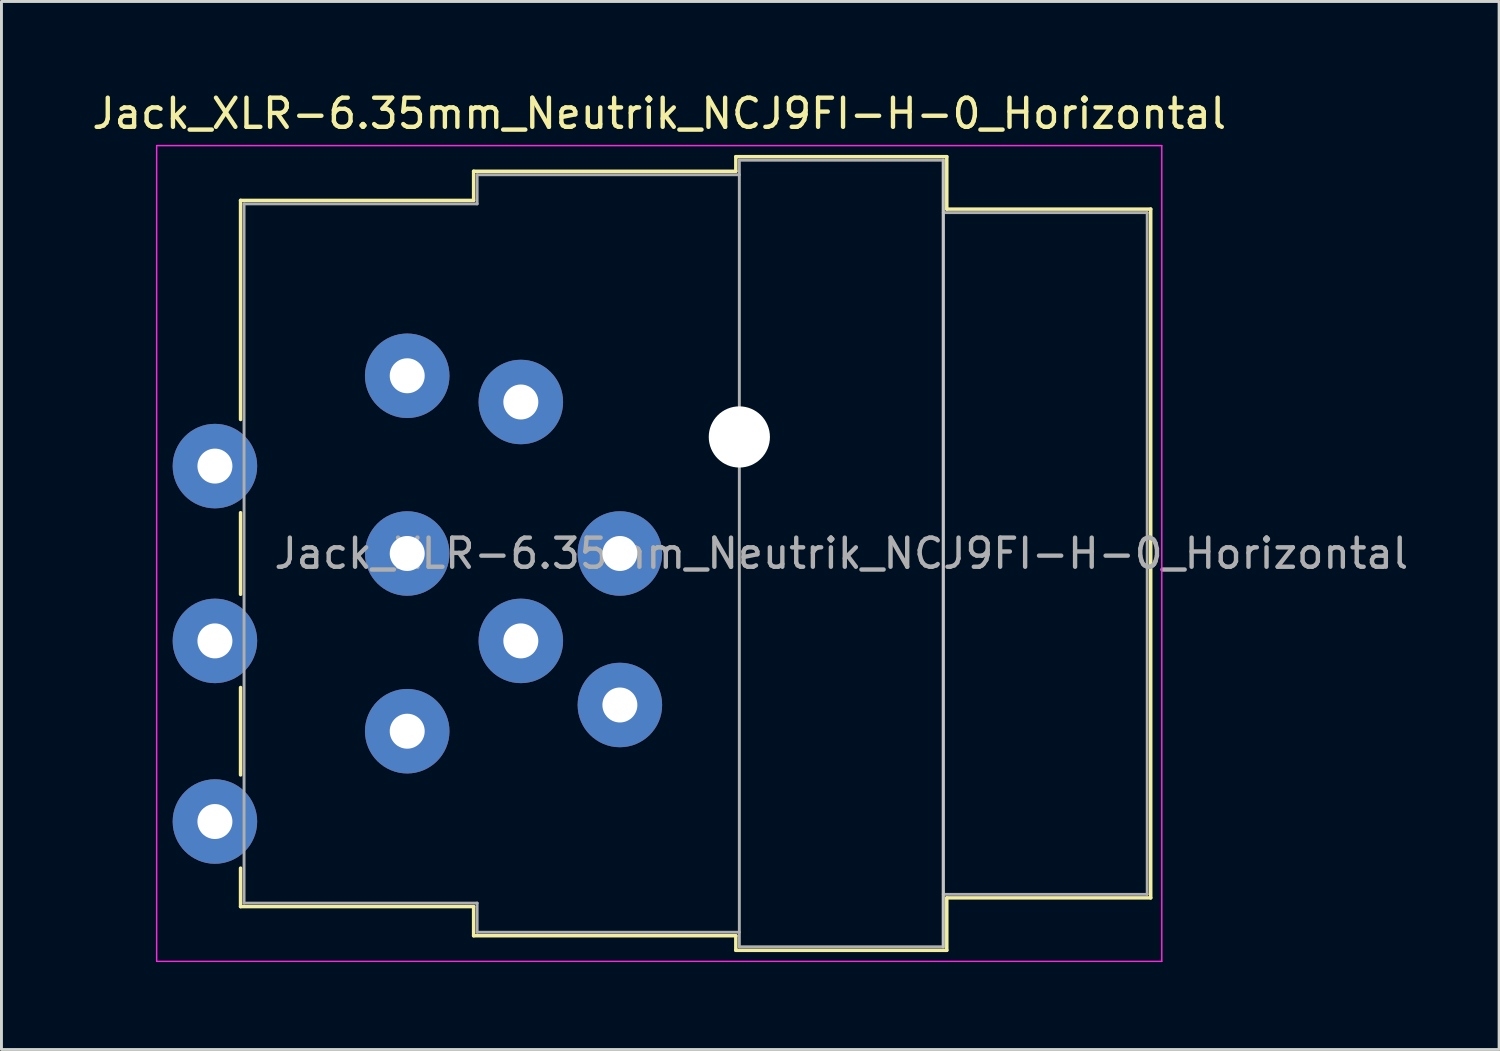
<source format=kicad_pcb>
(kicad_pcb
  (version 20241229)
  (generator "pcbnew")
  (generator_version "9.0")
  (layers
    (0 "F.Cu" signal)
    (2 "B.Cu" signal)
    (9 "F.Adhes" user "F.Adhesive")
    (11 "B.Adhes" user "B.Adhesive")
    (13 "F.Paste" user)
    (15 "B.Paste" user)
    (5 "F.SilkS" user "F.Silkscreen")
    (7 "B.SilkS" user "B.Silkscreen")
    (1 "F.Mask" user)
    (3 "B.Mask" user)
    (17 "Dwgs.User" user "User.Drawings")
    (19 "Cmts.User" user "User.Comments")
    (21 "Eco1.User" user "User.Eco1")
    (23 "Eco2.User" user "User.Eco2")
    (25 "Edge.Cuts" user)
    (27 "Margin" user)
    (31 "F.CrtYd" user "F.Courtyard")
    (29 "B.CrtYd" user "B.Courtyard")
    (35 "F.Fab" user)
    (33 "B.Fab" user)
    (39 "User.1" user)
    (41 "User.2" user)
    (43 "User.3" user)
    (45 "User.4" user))
  (footprint "Jack_XLR-6.35mm_Neutrik_NCJ9FI-H-0_Horizontal"
    (layer "F.Cu")
    (at 10.927 9.848)
    (property "Reference" "Jack_XLR-6.35mm_Neutrik_NCJ9FI-H-0_Horizontal" (at 8.65 -9 0) (layer "F.SilkS") (effects (font (size 1 1) (thickness 0.15))))
    (attr through_hole)
    (fp_line (start -5.72 -6.02) (end -5.72 1.5) (stroke (width 0.12) (type solid)) (layer "F.SilkS"))
    (fp_line (start -5.72 4.7) (end -5.72 7.5) (stroke (width 0.12) (type solid)) (layer "F.SilkS"))
    (fp_line (start -5.72 10.7) (end -5.72 13.7) (stroke (width 0.12) (type solid)) (layer "F.SilkS"))
    (fp_line (start -5.72 16.9) (end -5.72 18.22) (stroke (width 0.12) (type solid)) (layer "F.SilkS"))
    (fp_line (start 2.28 -7.02) (end 2.28 -6.02) (stroke (width 0.12) (type solid)) (layer "F.SilkS"))
    (fp_line (start 2.28 -6.02) (end -5.72 -6.02) (stroke (width 0.12) (type solid)) (layer "F.SilkS"))
    (fp_line (start 2.28 18.22) (end -5.72 18.22) (stroke (width 0.12) (type solid)) (layer "F.SilkS"))
    (fp_line (start 2.28 19.22) (end 2.28 18.22) (stroke (width 0.12) (type solid)) (layer "F.SilkS"))
    (fp_line (start 11.28 -7.02) (end 2.28 -7.02) (stroke (width 0.12) (type solid)) (layer "F.SilkS"))
    (fp_line (start 11.28 -7.02) (end 11.28 -7.52) (stroke (width 0.12) (type solid)) (layer "F.SilkS"))
    (fp_line (start 11.28 19.22) (end 2.28 19.22) (stroke (width 0.12) (type solid)) (layer "F.SilkS"))
    (fp_line (start 11.28 19.72) (end 11.28 19.22) (stroke (width 0.12) (type solid)) (layer "F.SilkS"))
    (fp_line (start 18.52 -7.52) (end 11.28 -7.52) (stroke (width 0.12) (type solid)) (layer "F.SilkS"))
    (fp_line (start 18.52 -7.52) (end 18.52 -5.72) (stroke (width 0.12) (type solid)) (layer "F.SilkS"))
    (fp_line (start 18.52 -5.72) (end 25.52 -5.72) (stroke (width 0.12) (type solid)) (layer "F.SilkS"))
    (fp_line (start 18.52 17.92) (end 18.52 19.72) (stroke (width 0.12) (type solid)) (layer "F.SilkS"))
    (fp_line (start 18.52 17.92) (end 25.52 17.92) (stroke (width 0.12) (type solid)) (layer "F.SilkS"))
    (fp_line (start 18.52 19.72) (end 11.28 19.72) (stroke (width 0.12) (type solid)) (layer "F.SilkS"))
    (fp_line (start 25.52 -5.72) (end 25.52 17.92) (stroke (width 0.12) (type solid)) (layer "F.SilkS"))
    (fp_line (start 18.4 -7.4) (end 18.4 19.6) (stroke (width 0.1) (type solid)) (layer "Dwgs.User"))
    (fp_line (start -8.6 -7.9) (end -8.6 20.1) (stroke (width 0.05) (type solid)) (layer "F.CrtYd"))
    (fp_line (start 25.9 -7.9) (end -8.6 -7.9) (stroke (width 0.05) (type solid)) (layer "F.CrtYd"))
    (fp_line (start 25.9 -7.9) (end 25.9 20.1) (stroke (width 0.05) (type solid)) (layer "F.CrtYd"))
    (fp_line (start 25.9 20.1) (end -8.6 20.1) (stroke (width 0.05) (type solid)) (layer "F.CrtYd"))
    (fp_line (start -5.6 -5.9) (end -5.6 18.1) (stroke (width 0.1) (type solid)) (layer "F.Fab"))
    (fp_line (start -5.6 18.1) (end 2.4 18.1) (stroke (width 0.1) (type solid)) (layer "F.Fab"))
    (fp_line (start 2.4 -6.9) (end 2.4 -5.9) (stroke (width 0.1) (type solid)) (layer "F.Fab"))
    (fp_line (start 2.4 -5.9) (end -5.6 -5.9) (stroke (width 0.1) (type solid)) (layer "F.Fab"))
    (fp_line (start 2.4 18.1) (end 2.4 19.1) (stroke (width 0.1) (type solid)) (layer "F.Fab"))
    (fp_line (start 2.4 19.1) (end 11.4 19.1) (stroke (width 0.1) (type solid)) (layer "F.Fab"))
    (fp_line (start 11.4 -7.4) (end 18.4 -7.4) (stroke (width 0.1) (type solid)) (layer "F.Fab"))
    (fp_line (start 11.4 -6.9) (end 2.4 -6.9) (stroke (width 0.1) (type solid)) (layer "F.Fab"))
    (fp_line (start 11.4 19.6) (end 11.4 -7.4) (stroke (width 0.1) (type solid)) (layer "F.Fab"))
    (fp_line (start 18.4 -7.4) (end 18.4 19.6) (stroke (width 0.1) (type solid)) (layer "F.Fab"))
    (fp_line (start 18.4 -5.6) (end 25.4 -5.6) (stroke (width 0.1) (type solid)) (layer "F.Fab"))
    (fp_line (start 18.4 19.6) (end 11.4 19.6) (stroke (width 0.1) (type solid)) (layer "F.Fab"))
    (fp_line (start 25.4 -5.6) (end 25.4 17.8) (stroke (width 0.1) (type solid)) (layer "F.Fab"))
    (fp_line (start 25.4 17.8) (end 18.4 17.8) (stroke (width 0.1) (type solid)) (layer "F.Fab"))
    (fp_text user "${REFERENCE}" (at 14.9 6.1 0) (layer "F.Fab") (effects (font (size 1 1) (thickness 0.15))))
    (pad "" np_thru_hole circle (at 11.4 2.1) (size 2.1 2.1) (drill 2.1) (layers "*.Cu" "*.Mask"))
    (pad "1" thru_hole circle (at 0 0) (size 2.9 2.9) (drill 1.2) (layers "*.Cu" "*.Mask"))
    (pad "2" thru_hole circle (at 0 12.2) (size 2.9 2.9) (drill 1.2) (layers "*.Cu" "*.Mask"))
    (pad "3" thru_hole circle (at 0 6.1) (size 2.9 2.9) (drill 1.2) (layers "*.Cu" "*.Mask"))
    (pad "G" thru_hole circle (at 7.3 6.1) (size 2.9 2.9) (drill 1.2) (layers "*.Cu" "*.Mask"))
    (pad "R" thru_hole circle (at 3.9 0.9) (size 2.9 2.9) (drill 1.2) (layers "*.Cu" "*.Mask"))
    (pad "RN" thru_hole circle (at -6.6 3.1) (size 2.9 2.9) (drill 1.2) (layers "*.Cu" "*.Mask"))
    (pad "S" thru_hole circle (at 7.3 11.3) (size 2.9 2.9) (drill 1.2) (layers "*.Cu" "*.Mask"))
    (pad "SN" thru_hole circle (at 3.9 9.1) (size 2.9 2.9) (drill 1.2) (layers "*.Cu" "*.Mask"))
    (pad "T" thru_hole circle (at -6.6 15.3) (size 2.9 2.9) (drill 1.2) (layers "*.Cu" "*.Mask"))
    (pad "TN" thru_hole circle (at -6.6 9.1) (size 2.9 2.9) (drill 1.2) (layers "*.Cu" "*.Mask")))
  (gr_rect
    (start -3 -3)
    (end 48.405 32.973)
    (stroke (width 0.1) (type default))
    (fill no)
    (layer "Edge.Cuts")))
</source>
